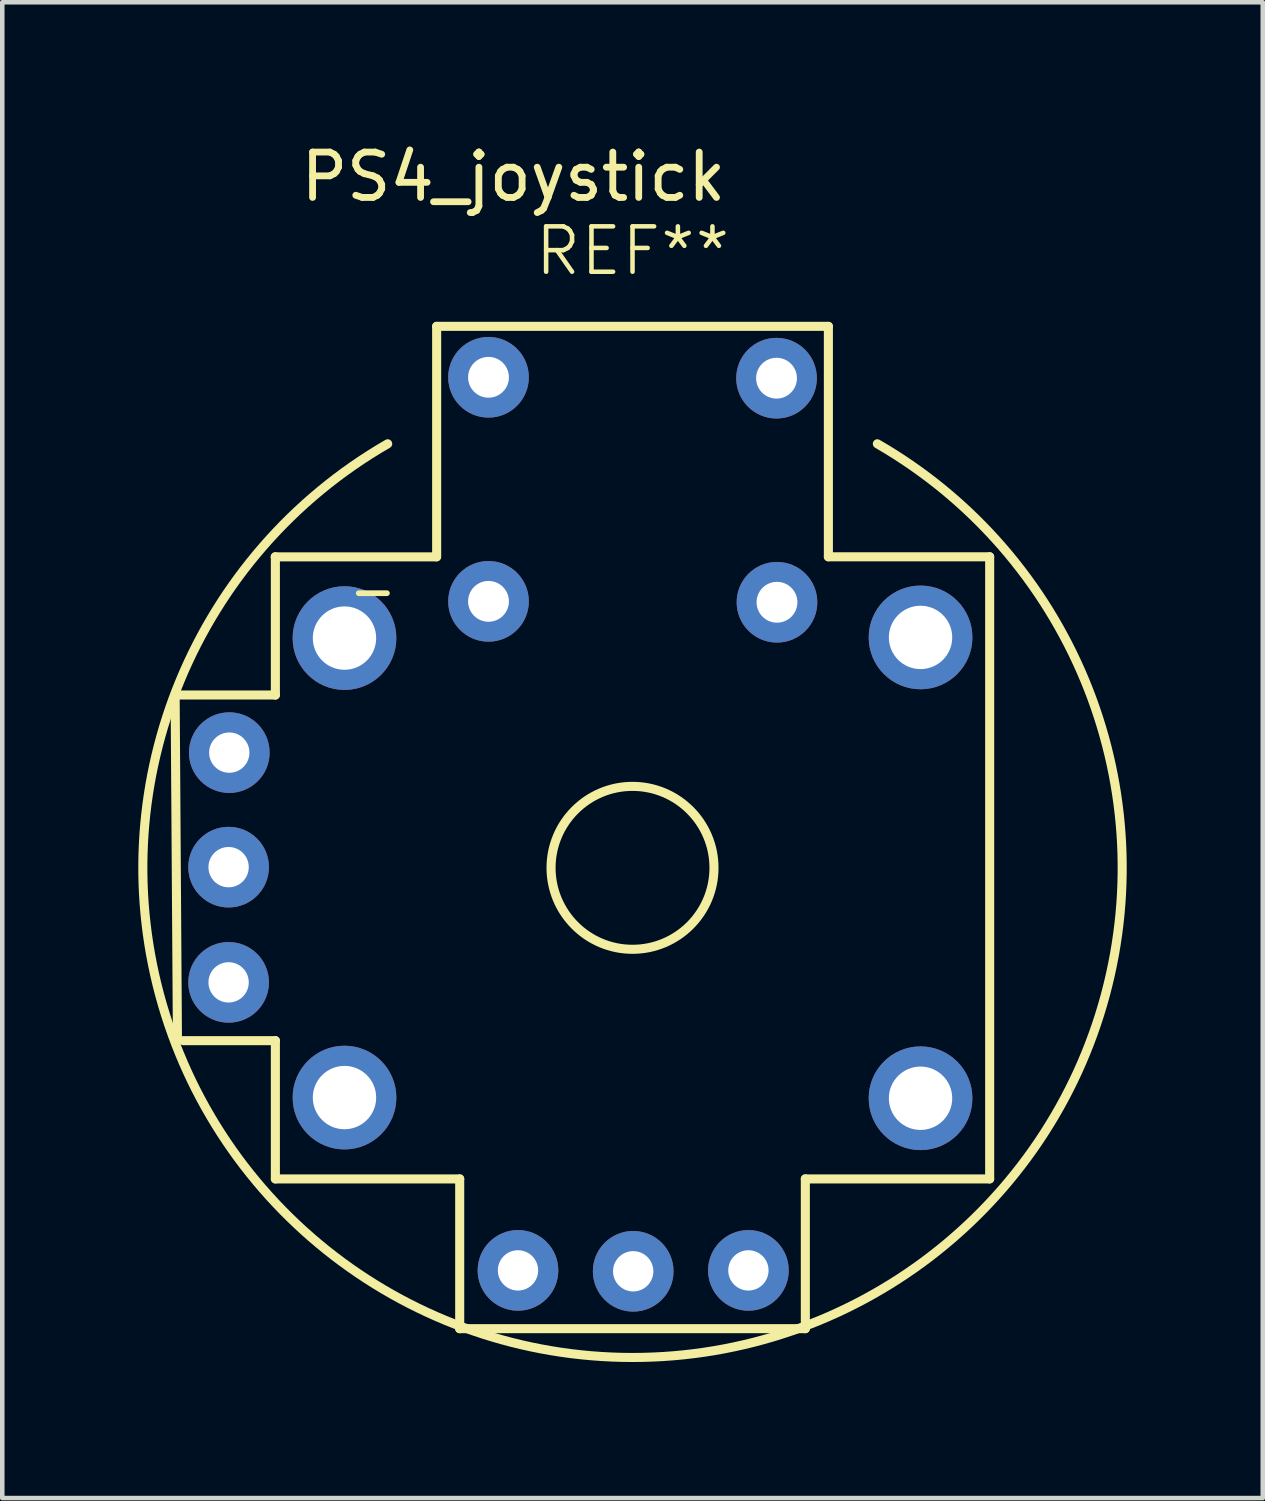
<source format=kicad_pcb>
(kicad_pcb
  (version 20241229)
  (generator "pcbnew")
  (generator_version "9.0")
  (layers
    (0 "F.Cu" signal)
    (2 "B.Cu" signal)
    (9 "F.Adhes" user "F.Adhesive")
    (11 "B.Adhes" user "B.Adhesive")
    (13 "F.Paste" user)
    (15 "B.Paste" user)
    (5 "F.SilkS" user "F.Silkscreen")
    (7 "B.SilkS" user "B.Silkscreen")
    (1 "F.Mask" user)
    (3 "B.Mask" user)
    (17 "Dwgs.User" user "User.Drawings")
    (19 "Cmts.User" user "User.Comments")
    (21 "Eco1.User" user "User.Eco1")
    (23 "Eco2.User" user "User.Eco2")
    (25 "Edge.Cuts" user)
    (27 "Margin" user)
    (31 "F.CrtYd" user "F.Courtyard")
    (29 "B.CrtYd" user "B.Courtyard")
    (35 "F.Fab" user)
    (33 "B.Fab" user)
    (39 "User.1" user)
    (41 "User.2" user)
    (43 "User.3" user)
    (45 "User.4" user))
  (footprint "PS4_joystick"
    (layer "F.Cu")
    (at 10.895 16.083)
    (property "Reference" "PS4_joystick" (at -2.625 -15.235 0) (layer "F.SilkS") (effects (font (size 1 1) (thickness 0.15))))
    (attr through_hole)
    (fp_line (start -10.084 -3.81) (end -7.874 -3.81) (stroke (width 0.2) (type solid)) (layer "F.SilkS"))
    (fp_line (start -10.033 3.81) (end -10.084 -3.81) (stroke (width 0.2) (type solid)) (layer "F.SilkS"))
    (fp_line (start -7.878 -6.856) (end -4.322 -6.856) (stroke (width 0.2) (type solid)) (layer "F.SilkS"))
    (fp_line (start -7.874 -3.81) (end -7.874 -6.858) (stroke (width 0.2) (type solid)) (layer "F.SilkS"))
    (fp_line (start -7.874 3.81) (end -9.906 3.81) (stroke (width 0.2) (type solid)) (layer "F.SilkS"))
    (fp_line (start -7.874 6.858) (end -7.874 3.81) (stroke (width 0.2) (type solid)) (layer "F.SilkS"))
    (fp_line (start -6.035 -6.055) (end -5.415 -6.055) (stroke (width 0.127) (type solid)) (layer "F.SilkS"))
    (fp_line (start -4.318 -11.938) (end -4.318 -6.858) (stroke (width 0.2) (type solid)) (layer "F.SilkS"))
    (fp_line (start -4.318 -11.938) (end 4.318 -11.938) (stroke (width 0.2) (type solid)) (layer "F.SilkS"))
    (fp_line (start -3.81 6.858) (end -7.874 6.858) (stroke (width 0.2) (type solid)) (layer "F.SilkS"))
    (fp_line (start -3.81 10.16) (end -3.81 6.858) (stroke (width 0.2) (type solid)) (layer "F.SilkS"))
    (fp_line (start 3.81 6.858) (end 3.81 10.16) (stroke (width 0.2) (type solid)) (layer "F.SilkS"))
    (fp_line (start 3.81 10.16) (end -3.81 10.16) (stroke (width 0.2) (type solid)) (layer "F.SilkS"))
    (fp_line (start 4.318 -11.938) (end 4.318 -6.858) (stroke (width 0.2) (type solid)) (layer "F.SilkS"))
    (fp_line (start 4.318 -6.858) (end 7.874 -6.858) (stroke (width 0.2) (type solid)) (layer "F.SilkS"))
    (fp_line (start 7.874 -6.858) (end 7.874 6.858) (stroke (width 0.2) (type solid)) (layer "F.SilkS"))
    (fp_line (start 7.874 6.858) (end 3.81 6.858) (stroke (width 0.2) (type solid)) (layer "F.SilkS"))
    (fp_arc (start 5.3975 -9.348749) (mid 0 10.794995) (end -5.3975 -9.348749) (stroke (width 0.2) (type solid)) (layer "F.SilkS"))
    (fp_circle (center 0 0) (end 1.796 0) (stroke (width 0.2) (type solid)) (fill no) (layer "F.SilkS"))
    (fp_line (start -9.906 3.81) (end -10.033 3.81) (stroke (width 0.2) (type solid)) (layer "Eco1.User"))
    (fp_line (start -4.318 -11.938) (end -4.318 -11.938) (stroke (width 0.2) (type solid)) (layer "Eco1.User"))
    (fp_circle (center -8.89 -2.54) (end -8.445 -2.54) (stroke (width 0.2) (type solid)) (fill no) (layer "Eco1.User"))
    (fp_circle (center -8.89 -2.54) (end -8.42 -2.54) (stroke (width 0.2) (type solid)) (fill no) (layer "Eco1.User"))
    (fp_circle (center -8.89 -2.54) (end -8.42 -2.54) (stroke (width 0.2) (type solid)) (fill no) (layer "Eco1.User"))
    (fp_circle (center -8.89 -2.54) (end -8.001 -2.54) (stroke (width 0.2) (type solid)) (fill no) (layer "Eco1.User"))
    (fp_circle (center -8.89 -2.54) (end -7.95 -2.54) (stroke (width 0.2) (type solid)) (fill no) (layer "Eco1.User"))
    (fp_circle (center -8.89 -2.54) (end -7.95 -2.54) (stroke (width 0.2) (type solid)) (fill no) (layer "Eco1.User"))
    (fp_circle (center -8.89 0) (end -8.445 0) (stroke (width 0.2) (type solid)) (fill no) (layer "Eco1.User"))
    (fp_circle (center -8.89 0) (end -8.42 0) (stroke (width 0.2) (type solid)) (fill no) (layer "Eco1.User"))
    (fp_circle (center -8.89 0) (end -8.42 0) (stroke (width 0.2) (type solid)) (fill no) (layer "Eco1.User"))
    (fp_circle (center -8.89 0) (end -8.001 0) (stroke (width 0.2) (type solid)) (fill no) (layer "Eco1.User"))
    (fp_circle (center -8.89 0) (end -7.95 0) (stroke (width 0.2) (type solid)) (fill no) (layer "Eco1.User"))
    (fp_circle (center -8.89 0) (end -7.95 0) (stroke (width 0.2) (type solid)) (fill no) (layer "Eco1.User"))
    (fp_circle (center -8.89 2.54) (end -8.445 2.54) (stroke (width 0.2) (type solid)) (fill no) (layer "Eco1.User"))
    (fp_circle (center -8.89 2.54) (end -8.42 2.54) (stroke (width 0.2) (type solid)) (fill no) (layer "Eco1.User"))
    (fp_circle (center -8.89 2.54) (end -8.42 2.54) (stroke (width 0.2) (type solid)) (fill no) (layer "Eco1.User"))
    (fp_circle (center -8.89 2.54) (end -8.001 2.54) (stroke (width 0.2) (type solid)) (fill no) (layer "Eco1.User"))
    (fp_circle (center -8.89 2.54) (end -7.95 2.54) (stroke (width 0.2) (type solid)) (fill no) (layer "Eco1.User"))
    (fp_circle (center -8.89 2.54) (end -7.95 2.54) (stroke (width 0.2) (type solid)) (fill no) (layer "Eco1.User"))
    (fp_circle (center -6.35 -5.08) (end -5.652 -5.08) (stroke (width 0.2) (type solid)) (fill no) (layer "Eco1.User"))
    (fp_circle (center -6.35 -5.08) (end -5.62 -5.08) (stroke (width 0.2) (type solid)) (fill no) (layer "Eco1.User"))
    (fp_circle (center -6.35 -5.08) (end -5.62 -5.08) (stroke (width 0.2) (type solid)) (fill no) (layer "Eco1.User"))
    (fp_circle (center -6.35 -5.08) (end -5.207 -5.08) (stroke (width 0.2) (type solid)) (fill no) (layer "Eco1.User"))
    (fp_circle (center -6.35 -5.08) (end -5.156 -5.08) (stroke (width 0.2) (type solid)) (fill no) (layer "Eco1.User"))
    (fp_circle (center -6.35 -5.08) (end -5.156 -5.08) (stroke (width 0.2) (type solid)) (fill no) (layer "Eco1.User"))
    (fp_circle (center -6.35 5.08) (end -5.652 5.08) (stroke (width 0.2) (type solid)) (fill no) (layer "Eco1.User"))
    (fp_circle (center -6.35 5.08) (end -5.62 5.08) (stroke (width 0.2) (type solid)) (fill no) (layer "Eco1.User"))
    (fp_circle (center -6.35 5.08) (end -5.62 5.08) (stroke (width 0.2) (type solid)) (fill no) (layer "Eco1.User"))
    (fp_circle (center -6.35 5.08) (end -5.207 5.08) (stroke (width 0.2) (type solid)) (fill no) (layer "Eco1.User"))
    (fp_circle (center -6.35 5.08) (end -5.156 5.08) (stroke (width 0.2) (type solid)) (fill no) (layer "Eco1.User"))
    (fp_circle (center -6.35 5.08) (end -5.156 5.08) (stroke (width 0.2) (type solid)) (fill no) (layer "Eco1.User"))
    (fp_circle (center -3.175 -10.795) (end -2.731 -10.795) (stroke (width 0.2) (type solid)) (fill no) (layer "Eco1.User"))
    (fp_circle (center -3.175 -10.795) (end -2.705 -10.795) (stroke (width 0.2) (type solid)) (fill no) (layer "Eco1.User"))
    (fp_circle (center -3.175 -10.795) (end -2.705 -10.795) (stroke (width 0.2) (type solid)) (fill no) (layer "Eco1.User"))
    (fp_circle (center -3.175 -10.795) (end -2.286 -10.795) (stroke (width 0.2) (type solid)) (fill no) (layer "Eco1.User"))
    (fp_circle (center -3.175 -10.795) (end -2.235 -10.795) (stroke (width 0.2) (type solid)) (fill no) (layer "Eco1.User"))
    (fp_circle (center -3.175 -10.795) (end -2.235 -10.795) (stroke (width 0.2) (type solid)) (fill no) (layer "Eco1.User"))
    (fp_circle (center -3.175 -5.842) (end -2.731 -5.842) (stroke (width 0.2) (type solid)) (fill no) (layer "Eco1.User"))
    (fp_circle (center -3.175 -5.842) (end -2.705 -5.842) (stroke (width 0.2) (type solid)) (fill no) (layer "Eco1.User"))
    (fp_circle (center -3.175 -5.842) (end -2.705 -5.842) (stroke (width 0.2) (type solid)) (fill no) (layer "Eco1.User"))
    (fp_circle (center -3.175 -5.842) (end -2.286 -5.842) (stroke (width 0.2) (type solid)) (fill no) (layer "Eco1.User"))
    (fp_circle (center -3.175 -5.842) (end -2.235 -5.842) (stroke (width 0.2) (type solid)) (fill no) (layer "Eco1.User"))
    (fp_circle (center -3.175 -5.842) (end -2.235 -5.842) (stroke (width 0.2) (type solid)) (fill no) (layer "Eco1.User"))
    (fp_circle (center -2.54 8.89) (end -2.095 8.89) (stroke (width 0.2) (type solid)) (fill no) (layer "Eco1.User"))
    (fp_circle (center -2.54 8.89) (end -2.07 8.89) (stroke (width 0.2) (type solid)) (fill no) (layer "Eco1.User"))
    (fp_circle (center -2.54 8.89) (end -2.07 8.89) (stroke (width 0.2) (type solid)) (fill no) (layer "Eco1.User"))
    (fp_circle (center -2.54 8.89) (end -1.651 8.89) (stroke (width 0.2) (type solid)) (fill no) (layer "Eco1.User"))
    (fp_circle (center -2.54 8.89) (end -1.6 8.89) (stroke (width 0.2) (type solid)) (fill no) (layer "Eco1.User"))
    (fp_circle (center -2.54 8.89) (end -1.6 8.89) (stroke (width 0.2) (type solid)) (fill no) (layer "Eco1.User"))
    (fp_circle (center 0 8.89) (end 0.445 8.89) (stroke (width 0.2) (type solid)) (fill no) (layer "Eco1.User"))
    (fp_circle (center 0 8.89) (end 0.47 8.89) (stroke (width 0.2) (type solid)) (fill no) (layer "Eco1.User"))
    (fp_circle (center 0 8.89) (end 0.47 8.89) (stroke (width 0.2) (type solid)) (fill no) (layer "Eco1.User"))
    (fp_circle (center 0 8.89) (end 0.889 8.89) (stroke (width 0.2) (type solid)) (fill no) (layer "Eco1.User"))
    (fp_circle (center 0 8.89) (end 0.94 8.89) (stroke (width 0.2) (type solid)) (fill no) (layer "Eco1.User"))
    (fp_circle (center 0 8.89) (end 0.94 8.89) (stroke (width 0.2) (type solid)) (fill no) (layer "Eco1.User"))
    (fp_circle (center 2.54 8.89) (end 2.985 8.89) (stroke (width 0.2) (type solid)) (fill no) (layer "Eco1.User"))
    (fp_circle (center 2.54 8.89) (end 3.01 8.89) (stroke (width 0.2) (type solid)) (fill no) (layer "Eco1.User"))
    (fp_circle (center 2.54 8.89) (end 3.01 8.89) (stroke (width 0.2) (type solid)) (fill no) (layer "Eco1.User"))
    (fp_circle (center 2.54 8.89) (end 3.429 8.89) (stroke (width 0.2) (type solid)) (fill no) (layer "Eco1.User"))
    (fp_circle (center 2.54 8.89) (end 3.48 8.89) (stroke (width 0.2) (type solid)) (fill no) (layer "Eco1.User"))
    (fp_circle (center 2.54 8.89) (end 3.48 8.89) (stroke (width 0.2) (type solid)) (fill no) (layer "Eco1.User"))
    (fp_circle (center 3.175 -10.795) (end 3.619 -10.795) (stroke (width 0.2) (type solid)) (fill no) (layer "Eco1.User"))
    (fp_circle (center 3.175 -10.795) (end 3.645 -10.795) (stroke (width 0.2) (type solid)) (fill no) (layer "Eco1.User"))
    (fp_circle (center 3.175 -10.795) (end 3.645 -10.795) (stroke (width 0.2) (type solid)) (fill no) (layer "Eco1.User"))
    (fp_circle (center 3.175 -10.795) (end 4.064 -10.795) (stroke (width 0.2) (type solid)) (fill no) (layer "Eco1.User"))
    (fp_circle (center 3.175 -10.795) (end 4.115 -10.795) (stroke (width 0.2) (type solid)) (fill no) (layer "Eco1.User"))
    (fp_circle (center 3.175 -10.795) (end 4.115 -10.795) (stroke (width 0.2) (type solid)) (fill no) (layer "Eco1.User"))
    (fp_circle (center 3.175 -5.842) (end 3.619 -5.842) (stroke (width 0.2) (type solid)) (fill no) (layer "Eco1.User"))
    (fp_circle (center 3.175 -5.842) (end 3.645 -5.842) (stroke (width 0.2) (type solid)) (fill no) (layer "Eco1.User"))
    (fp_circle (center 3.175 -5.842) (end 3.645 -5.842) (stroke (width 0.2) (type solid)) (fill no) (layer "Eco1.User"))
    (fp_circle (center 3.175 -5.842) (end 4.064 -5.842) (stroke (width 0.2) (type solid)) (fill no) (layer "Eco1.User"))
    (fp_circle (center 3.175 -5.842) (end 4.115 -5.842) (stroke (width 0.2) (type solid)) (fill no) (layer "Eco1.User"))
    (fp_circle (center 3.175 -5.842) (end 4.115 -5.842) (stroke (width 0.2) (type solid)) (fill no) (layer "Eco1.User"))
    (fp_circle (center 6.35 -5.08) (end 7.048 -5.08) (stroke (width 0.2) (type solid)) (fill no) (layer "Eco1.User"))
    (fp_circle (center 6.35 -5.08) (end 7.08 -5.08) (stroke (width 0.2) (type solid)) (fill no) (layer "Eco1.User"))
    (fp_circle (center 6.35 -5.08) (end 7.08 -5.08) (stroke (width 0.2) (type solid)) (fill no) (layer "Eco1.User"))
    (fp_circle (center 6.35 -5.08) (end 7.493 -5.08) (stroke (width 0.2) (type solid)) (fill no) (layer "Eco1.User"))
    (fp_circle (center 6.35 -5.08) (end 7.544 -5.08) (stroke (width 0.2) (type solid)) (fill no) (layer "Eco1.User"))
    (fp_circle (center 6.35 -5.08) (end 7.544 -5.08) (stroke (width 0.2) (type solid)) (fill no) (layer "Eco1.User"))
    (fp_circle (center 6.35 5.08) (end 7.048 5.08) (stroke (width 0.2) (type solid)) (fill no) (layer "Eco1.User"))
    (fp_circle (center 6.35 5.08) (end 7.08 5.08) (stroke (width 0.2) (type solid)) (fill no) (layer "Eco1.User"))
    (fp_circle (center 6.35 5.08) (end 7.08 5.08) (stroke (width 0.2) (type solid)) (fill no) (layer "Eco1.User"))
    (fp_circle (center 6.35 5.08) (end 7.493 5.08) (stroke (width 0.2) (type solid)) (fill no) (layer "Eco1.User"))
    (fp_circle (center 6.35 5.08) (end 7.544 5.08) (stroke (width 0.2) (type solid)) (fill no) (layer "Eco1.User"))
    (fp_circle (center 6.35 5.08) (end 7.544 5.08) (stroke (width 0.2) (type solid)) (fill no) (layer "Eco1.User"))
    (fp_text user "REF**" (at 0 -13.6 0) (unlocked yes) (layer "F.SilkS") (effects (font (size 1 1) (thickness 0.1))))
    (pad "B1A" thru_hole circle (at -3.175 -10.815) (size 1.778 1.778) (drill 0.9) (layers "*.Cu" "*.Mask"))
    (pad "B1B" thru_hole circle (at 3.175 -10.795) (size 1.778 1.778) (drill 0.9) (layers "*.Cu" "*.Mask"))
    (pad "B2A" thru_hole circle (at -3.175 -5.875) (size 1.778 1.778) (drill 0.9) (layers "*.Cu" "*.Mask"))
    (pad "B2B" thru_hole circle (at 3.185 -5.855) (size 1.778 1.778) (drill 0.9) (layers "*.Cu" "*.Mask"))
    (pad "H1" thru_hole circle (at -2.525 8.875) (size 1.778 1.778) (drill 0.889) (layers "*.Cu" "*.Mask"))
    (pad "H2" thru_hole circle (at 0.015 8.895) (size 1.778 1.778) (drill 0.889) (layers "*.Cu" "*.Mask"))
    (pad "H3" thru_hole circle (at 2.555 8.875) (size 1.778 1.778) (drill 0.889) (layers "*.Cu" "*.Mask"))
    (pad "S" thru_hole circle (at -6.35 -5.065) (size 2.286 2.286) (drill 1.397) (layers "*.Cu" "*.Mask"))
    (pad "S" thru_hole circle (at -6.35 5.065) (size 2.286 2.286) (drill 1.397) (layers "*.Cu" "*.Mask"))
    (pad "S" thru_hole circle (at 6.35 -5.08) (size 2.286 2.286) (drill 1.397) (layers "*.Cu" "*.Mask"))
    (pad "S" thru_hole circle (at 6.35 5.08) (size 2.286 2.286) (drill 1.397) (layers "*.Cu" "*.Mask"))
    (pad "V1" thru_hole circle (at -8.89 -2.54) (size 1.778 1.778) (drill 0.889) (layers "*.Cu" "*.Mask"))
    (pad "V2" thru_hole circle (at -8.905 -0.015) (size 1.778 1.778) (drill 0.889) (layers "*.Cu" "*.Mask"))
    (pad "V3" thru_hole circle (at -8.905 2.525) (size 1.778 1.778) (drill 0.889) (layers "*.Cu" "*.Mask")))
  (gr_rect
    (start -3 -3)
    (end 24.79 29.978)
    (stroke (width 0.1) (type default))
    (fill no)
    (layer "Edge.Cuts")))
</source>
